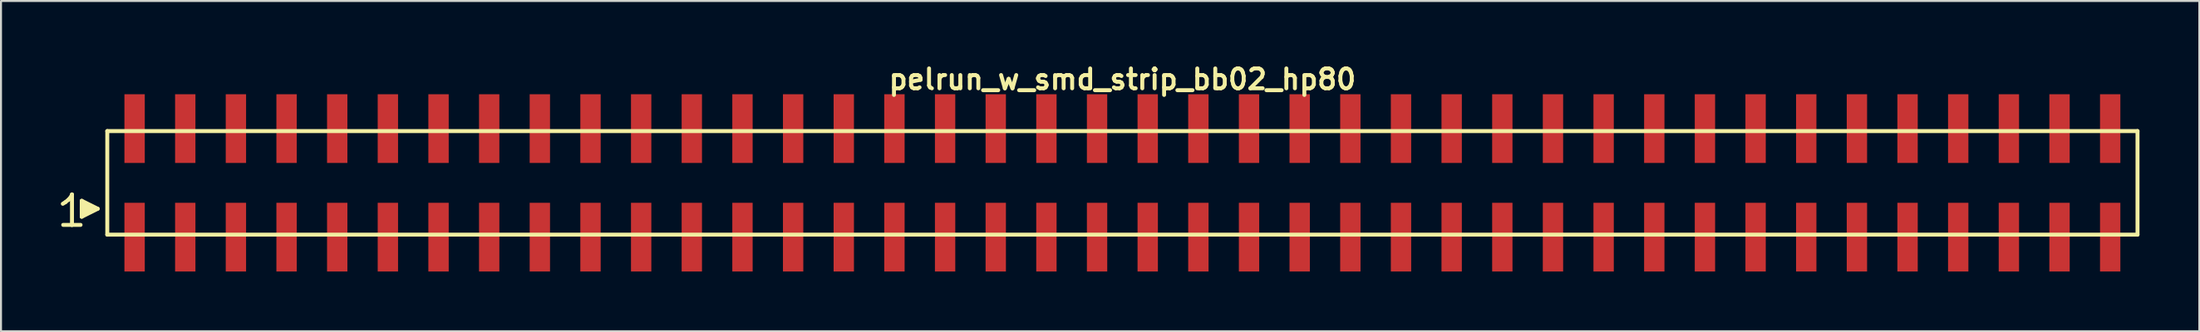
<source format=kicad_pcb>
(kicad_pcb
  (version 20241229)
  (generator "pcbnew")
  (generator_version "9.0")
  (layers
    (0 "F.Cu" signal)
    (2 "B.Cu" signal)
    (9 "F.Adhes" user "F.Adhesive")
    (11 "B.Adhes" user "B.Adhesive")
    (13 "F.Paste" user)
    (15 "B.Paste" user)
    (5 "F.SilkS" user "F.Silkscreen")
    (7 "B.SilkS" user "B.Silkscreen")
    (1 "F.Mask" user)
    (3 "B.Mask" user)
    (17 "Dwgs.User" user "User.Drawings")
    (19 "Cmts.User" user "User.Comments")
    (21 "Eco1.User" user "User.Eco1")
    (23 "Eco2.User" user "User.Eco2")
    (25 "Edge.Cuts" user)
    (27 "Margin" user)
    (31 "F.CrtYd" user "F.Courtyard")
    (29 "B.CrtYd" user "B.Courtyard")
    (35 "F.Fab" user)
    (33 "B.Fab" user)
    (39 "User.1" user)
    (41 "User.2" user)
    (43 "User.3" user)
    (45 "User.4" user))
  (footprint "pelrun_w_smd_strip_bb02_hp80"
    (layer "F.Cu")
    (at 53.229 6.132)
    (property "Reference" "pelrun_w_smd_strip_bb02_hp80" (at 0 -5.2 0) (layer "F.SilkS") (effects (font (size 0.998 0.998) (thickness 0.198))))
    (attr through_hole)
    (fp_line (start -53.13 1.05) (end -53 0.97) (stroke (width 0.198) (type solid)) (layer "F.SilkS"))
    (fp_line (start -53 0.97) (end -52.84 0.84) (stroke (width 0.198) (type solid)) (layer "F.SilkS"))
    (fp_line (start -52.84 0.84) (end -52.7 0.67) (stroke (width 0.198) (type solid)) (layer "F.SilkS"))
    (fp_line (start -52.7 0.67) (end -52.67 0.58) (stroke (width 0.198) (type solid)) (layer "F.SilkS"))
    (fp_line (start -52.67 0.58) (end -52.67 2.11) (stroke (width 0.198) (type solid)) (layer "F.SilkS"))
    (fp_line (start -52.67 2.11) (end -53.11 2.11) (stroke (width 0.198) (type solid)) (layer "F.SilkS"))
    (fp_line (start -52.24 2.11) (end -52.68 2.11) (stroke (width 0.198) (type solid)) (layer "F.SilkS"))
    (fp_line (start -52.18 0.9) (end -51.38 1.3) (stroke (width 0.198) (type solid)) (layer "F.SilkS"))
    (fp_line (start -52.18 1.7) (end -52.18 0.9) (stroke (width 0.198) (type solid)) (layer "F.SilkS"))
    (fp_line (start -52.08 1.6) (end -52.08 1) (stroke (width 0.198) (type solid)) (layer "F.SilkS"))
    (fp_line (start -51.98 1.1) (end -51.98 1.5) (stroke (width 0.198) (type solid)) (layer "F.SilkS"))
    (fp_line (start -51.88 1.5) (end -51.88 1.1) (stroke (width 0.198) (type solid)) (layer "F.SilkS"))
    (fp_line (start -51.78 1.2) (end -51.78 1.4) (stroke (width 0.198) (type solid)) (layer "F.SilkS"))
    (fp_line (start -51.68 1.4) (end -51.68 1.2) (stroke (width 0.198) (type solid)) (layer "F.SilkS"))
    (fp_line (start -51.38 1.3) (end -52.18 1.7) (stroke (width 0.198) (type solid)) (layer "F.SilkS"))
    (fp_line (start -50.9 -2.6) (end -50.9 2.6) (stroke (width 0.198) (type solid)) (layer "F.SilkS"))
    (fp_line (start -50.9 -2.6) (end 50.9 -2.6) (stroke (width 0.198) (type solid)) (layer "F.SilkS"))
    (fp_line (start -50.9 2.6) (end 50.9 2.6) (stroke (width 0.198) (type solid)) (layer "F.SilkS"))
    (fp_line (start 50.9 2.6) (end 50.9 -2.6) (stroke (width 0.198) (type solid)) (layer "F.SilkS"))
    (pad "1" smd rect (at -49.53 2.725) (size 1.02 3.45) (layers "F.Cu" "F.Mask" "F.Paste"))
    (pad "2" smd rect (at -49.53 -2.725) (size 1.02 3.45) (layers "F.Cu" "F.Mask" "F.Paste"))
    (pad "3" smd rect (at -46.99 2.725) (size 1.02 3.45) (layers "F.Cu" "F.Mask" "F.Paste"))
    (pad "4" smd rect (at -46.99 -2.725) (size 1.02 3.45) (layers "F.Cu" "F.Mask" "F.Paste"))
    (pad "5" smd rect (at -44.45 2.725) (size 1.02 3.45) (layers "F.Cu" "F.Mask" "F.Paste"))
    (pad "6" smd rect (at -44.45 -2.725) (size 1.02 3.45) (layers "F.Cu" "F.Mask" "F.Paste"))
    (pad "7" smd rect (at -41.91 2.725) (size 1.02 3.45) (layers "F.Cu" "F.Mask" "F.Paste"))
    (pad "8" smd rect (at -41.91 -2.725) (size 1.02 3.45) (layers "F.Cu" "F.Mask" "F.Paste"))
    (pad "9" smd rect (at -39.37 2.725) (size 1.02 3.45) (layers "F.Cu" "F.Mask" "F.Paste"))
    (pad "10" smd rect (at -39.37 -2.725) (size 1.02 3.45) (layers "F.Cu" "F.Mask" "F.Paste"))
    (pad "11" smd rect (at -36.83 2.725) (size 1.02 3.45) (layers "F.Cu" "F.Mask" "F.Paste"))
    (pad "12" smd rect (at -36.83 -2.725) (size 1.02 3.45) (layers "F.Cu" "F.Mask" "F.Paste"))
    (pad "13" smd rect (at -34.29 2.725) (size 1.02 3.45) (layers "F.Cu" "F.Mask" "F.Paste"))
    (pad "14" smd rect (at -34.29 -2.725) (size 1.02 3.45) (layers "F.Cu" "F.Mask" "F.Paste"))
    (pad "15" smd rect (at -31.75 2.725) (size 1.02 3.45) (layers "F.Cu" "F.Mask" "F.Paste"))
    (pad "16" smd rect (at -31.75 -2.725) (size 1.02 3.45) (layers "F.Cu" "F.Mask" "F.Paste"))
    (pad "17" smd rect (at -29.21 2.725) (size 1.02 3.45) (layers "F.Cu" "F.Mask" "F.Paste"))
    (pad "18" smd rect (at -29.21 -2.725) (size 1.02 3.45) (layers "F.Cu" "F.Mask" "F.Paste"))
    (pad "19" smd rect (at -26.67 2.725) (size 1.02 3.45) (layers "F.Cu" "F.Mask" "F.Paste"))
    (pad "20" smd rect (at -26.67 -2.725) (size 1.02 3.45) (layers "F.Cu" "F.Mask" "F.Paste"))
    (pad "21" smd rect (at -24.13 2.725) (size 1.02 3.45) (layers "F.Cu" "F.Mask" "F.Paste"))
    (pad "22" smd rect (at -24.13 -2.725) (size 1.02 3.45) (layers "F.Cu" "F.Mask" "F.Paste"))
    (pad "23" smd rect (at -21.59 2.725) (size 1.02 3.45) (layers "F.Cu" "F.Mask" "F.Paste"))
    (pad "24" smd rect (at -21.59 -2.725) (size 1.02 3.45) (layers "F.Cu" "F.Mask" "F.Paste"))
    (pad "25" smd rect (at -19.05 2.725) (size 1.02 3.45) (layers "F.Cu" "F.Mask" "F.Paste"))
    (pad "26" smd rect (at -19.05 -2.725) (size 1.02 3.45) (layers "F.Cu" "F.Mask" "F.Paste"))
    (pad "27" smd rect (at -16.51 2.725) (size 1.02 3.45) (layers "F.Cu" "F.Mask" "F.Paste"))
    (pad "28" smd rect (at -16.51 -2.725) (size 1.02 3.45) (layers "F.Cu" "F.Mask" "F.Paste"))
    (pad "29" smd rect (at -13.97 2.725) (size 1.02 3.45) (layers "F.Cu" "F.Mask" "F.Paste"))
    (pad "30" smd rect (at -13.97 -2.725) (size 1.02 3.45) (layers "F.Cu" "F.Mask" "F.Paste"))
    (pad "31" smd rect (at -11.43 2.725) (size 1.02 3.45) (layers "F.Cu" "F.Mask" "F.Paste"))
    (pad "32" smd rect (at -11.43 -2.725) (size 1.02 3.45) (layers "F.Cu" "F.Mask" "F.Paste"))
    (pad "33" smd rect (at -8.89 2.725) (size 1.02 3.45) (layers "F.Cu" "F.Mask" "F.Paste"))
    (pad "34" smd rect (at -8.89 -2.725) (size 1.02 3.45) (layers "F.Cu" "F.Mask" "F.Paste"))
    (pad "35" smd rect (at -6.35 2.725) (size 1.02 3.45) (layers "F.Cu" "F.Mask" "F.Paste"))
    (pad "36" smd rect (at -6.35 -2.725) (size 1.02 3.45) (layers "F.Cu" "F.Mask" "F.Paste"))
    (pad "37" smd rect (at -3.81 2.725) (size 1.02 3.45) (layers "F.Cu" "F.Mask" "F.Paste"))
    (pad "38" smd rect (at -3.81 -2.725) (size 1.02 3.45) (layers "F.Cu" "F.Mask" "F.Paste"))
    (pad "39" smd rect (at -1.27 2.725) (size 1.02 3.45) (layers "F.Cu" "F.Mask" "F.Paste"))
    (pad "40" smd rect (at -1.27 -2.725) (size 1.02 3.45) (layers "F.Cu" "F.Mask" "F.Paste"))
    (pad "41" smd rect (at 1.27 2.725) (size 1.02 3.45) (layers "F.Cu" "F.Mask" "F.Paste"))
    (pad "42" smd rect (at 1.27 -2.725) (size 1.02 3.45) (layers "F.Cu" "F.Mask" "F.Paste"))
    (pad "43" smd rect (at 3.81 2.725) (size 1.02 3.45) (layers "F.Cu" "F.Mask" "F.Paste"))
    (pad "44" smd rect (at 3.81 -2.725) (size 1.02 3.45) (layers "F.Cu" "F.Mask" "F.Paste"))
    (pad "45" smd rect (at 6.35 2.725) (size 1.02 3.45) (layers "F.Cu" "F.Mask" "F.Paste"))
    (pad "46" smd rect (at 6.35 -2.725) (size 1.02 3.45) (layers "F.Cu" "F.Mask" "F.Paste"))
    (pad "47" smd rect (at 8.89 2.725) (size 1.02 3.45) (layers "F.Cu" "F.Mask" "F.Paste"))
    (pad "48" smd rect (at 8.89 -2.725) (size 1.02 3.45) (layers "F.Cu" "F.Mask" "F.Paste"))
    (pad "49" smd rect (at 11.43 2.725) (size 1.02 3.45) (layers "F.Cu" "F.Mask" "F.Paste"))
    (pad "50" smd rect (at 11.43 -2.725) (size 1.02 3.45) (layers "F.Cu" "F.Mask" "F.Paste"))
    (pad "51" smd rect (at 13.97 2.725) (size 1.02 3.45) (layers "F.Cu" "F.Mask" "F.Paste"))
    (pad "52" smd rect (at 13.97 -2.725) (size 1.02 3.45) (layers "F.Cu" "F.Mask" "F.Paste"))
    (pad "53" smd rect (at 16.51 2.725) (size 1.02 3.45) (layers "F.Cu" "F.Mask" "F.Paste"))
    (pad "54" smd rect (at 16.51 -2.725) (size 1.02 3.45) (layers "F.Cu" "F.Mask" "F.Paste"))
    (pad "55" smd rect (at 19.05 2.725) (size 1.02 3.45) (layers "F.Cu" "F.Mask" "F.Paste"))
    (pad "56" smd rect (at 19.05 -2.725) (size 1.02 3.45) (layers "F.Cu" "F.Mask" "F.Paste"))
    (pad "57" smd rect (at 21.59 2.725) (size 1.02 3.45) (layers "F.Cu" "F.Mask" "F.Paste"))
    (pad "58" smd rect (at 21.59 -2.725) (size 1.02 3.45) (layers "F.Cu" "F.Mask" "F.Paste"))
    (pad "59" smd rect (at 24.13 2.725) (size 1.02 3.45) (layers "F.Cu" "F.Mask" "F.Paste"))
    (pad "60" smd rect (at 24.13 -2.725) (size 1.02 3.45) (layers "F.Cu" "F.Mask" "F.Paste"))
    (pad "61" smd rect (at 26.67 2.725) (size 1.02 3.45) (layers "F.Cu" "F.Mask" "F.Paste"))
    (pad "62" smd rect (at 26.67 -2.725) (size 1.02 3.45) (layers "F.Cu" "F.Mask" "F.Paste"))
    (pad "63" smd rect (at 29.21 2.725) (size 1.02 3.45) (layers "F.Cu" "F.Mask" "F.Paste"))
    (pad "64" smd rect (at 29.21 -2.725) (size 1.02 3.45) (layers "F.Cu" "F.Mask" "F.Paste"))
    (pad "65" smd rect (at 31.75 2.725) (size 1.02 3.45) (layers "F.Cu" "F.Mask" "F.Paste"))
    (pad "66" smd rect (at 31.75 -2.725) (size 1.02 3.45) (layers "F.Cu" "F.Mask" "F.Paste"))
    (pad "67" smd rect (at 34.29 2.725) (size 1.02 3.45) (layers "F.Cu" "F.Mask" "F.Paste"))
    (pad "68" smd rect (at 34.29 -2.725) (size 1.02 3.45) (layers "F.Cu" "F.Mask" "F.Paste"))
    (pad "69" smd rect (at 36.83 2.725) (size 1.02 3.45) (layers "F.Cu" "F.Mask" "F.Paste"))
    (pad "70" smd rect (at 36.83 -2.725) (size 1.02 3.45) (layers "F.Cu" "F.Mask" "F.Paste"))
    (pad "71" smd rect (at 39.37 2.725) (size 1.02 3.45) (layers "F.Cu" "F.Mask" "F.Paste"))
    (pad "72" smd rect (at 39.37 -2.725) (size 1.02 3.45) (layers "F.Cu" "F.Mask" "F.Paste"))
    (pad "73" smd rect (at 41.91 2.725) (size 1.02 3.45) (layers "F.Cu" "F.Mask" "F.Paste"))
    (pad "74" smd rect (at 41.91 -2.725) (size 1.02 3.45) (layers "F.Cu" "F.Mask" "F.Paste"))
    (pad "75" smd rect (at 44.45 2.725) (size 1.02 3.45) (layers "F.Cu" "F.Mask" "F.Paste"))
    (pad "76" smd rect (at 44.45 -2.725) (size 1.02 3.45) (layers "F.Cu" "F.Mask" "F.Paste"))
    (pad "77" smd rect (at 46.99 2.725) (size 1.02 3.45) (layers "F.Cu" "F.Mask" "F.Paste"))
    (pad "78" smd rect (at 46.99 -2.725) (size 1.02 3.45) (layers "F.Cu" "F.Mask" "F.Paste"))
    (pad "79" smd rect (at 49.53 2.725) (size 1.02 3.45) (layers "F.Cu" "F.Mask" "F.Paste"))
    (pad "80" smd rect (at 49.53 -2.725) (size 1.02 3.45) (layers "F.Cu" "F.Mask" "F.Paste")))
  (gr_rect
    (start -3 -3)
    (end 107.228 13.582)
    (stroke (width 0.1) (type default))
    (fill no)
    (layer "Edge.Cuts")))
</source>
